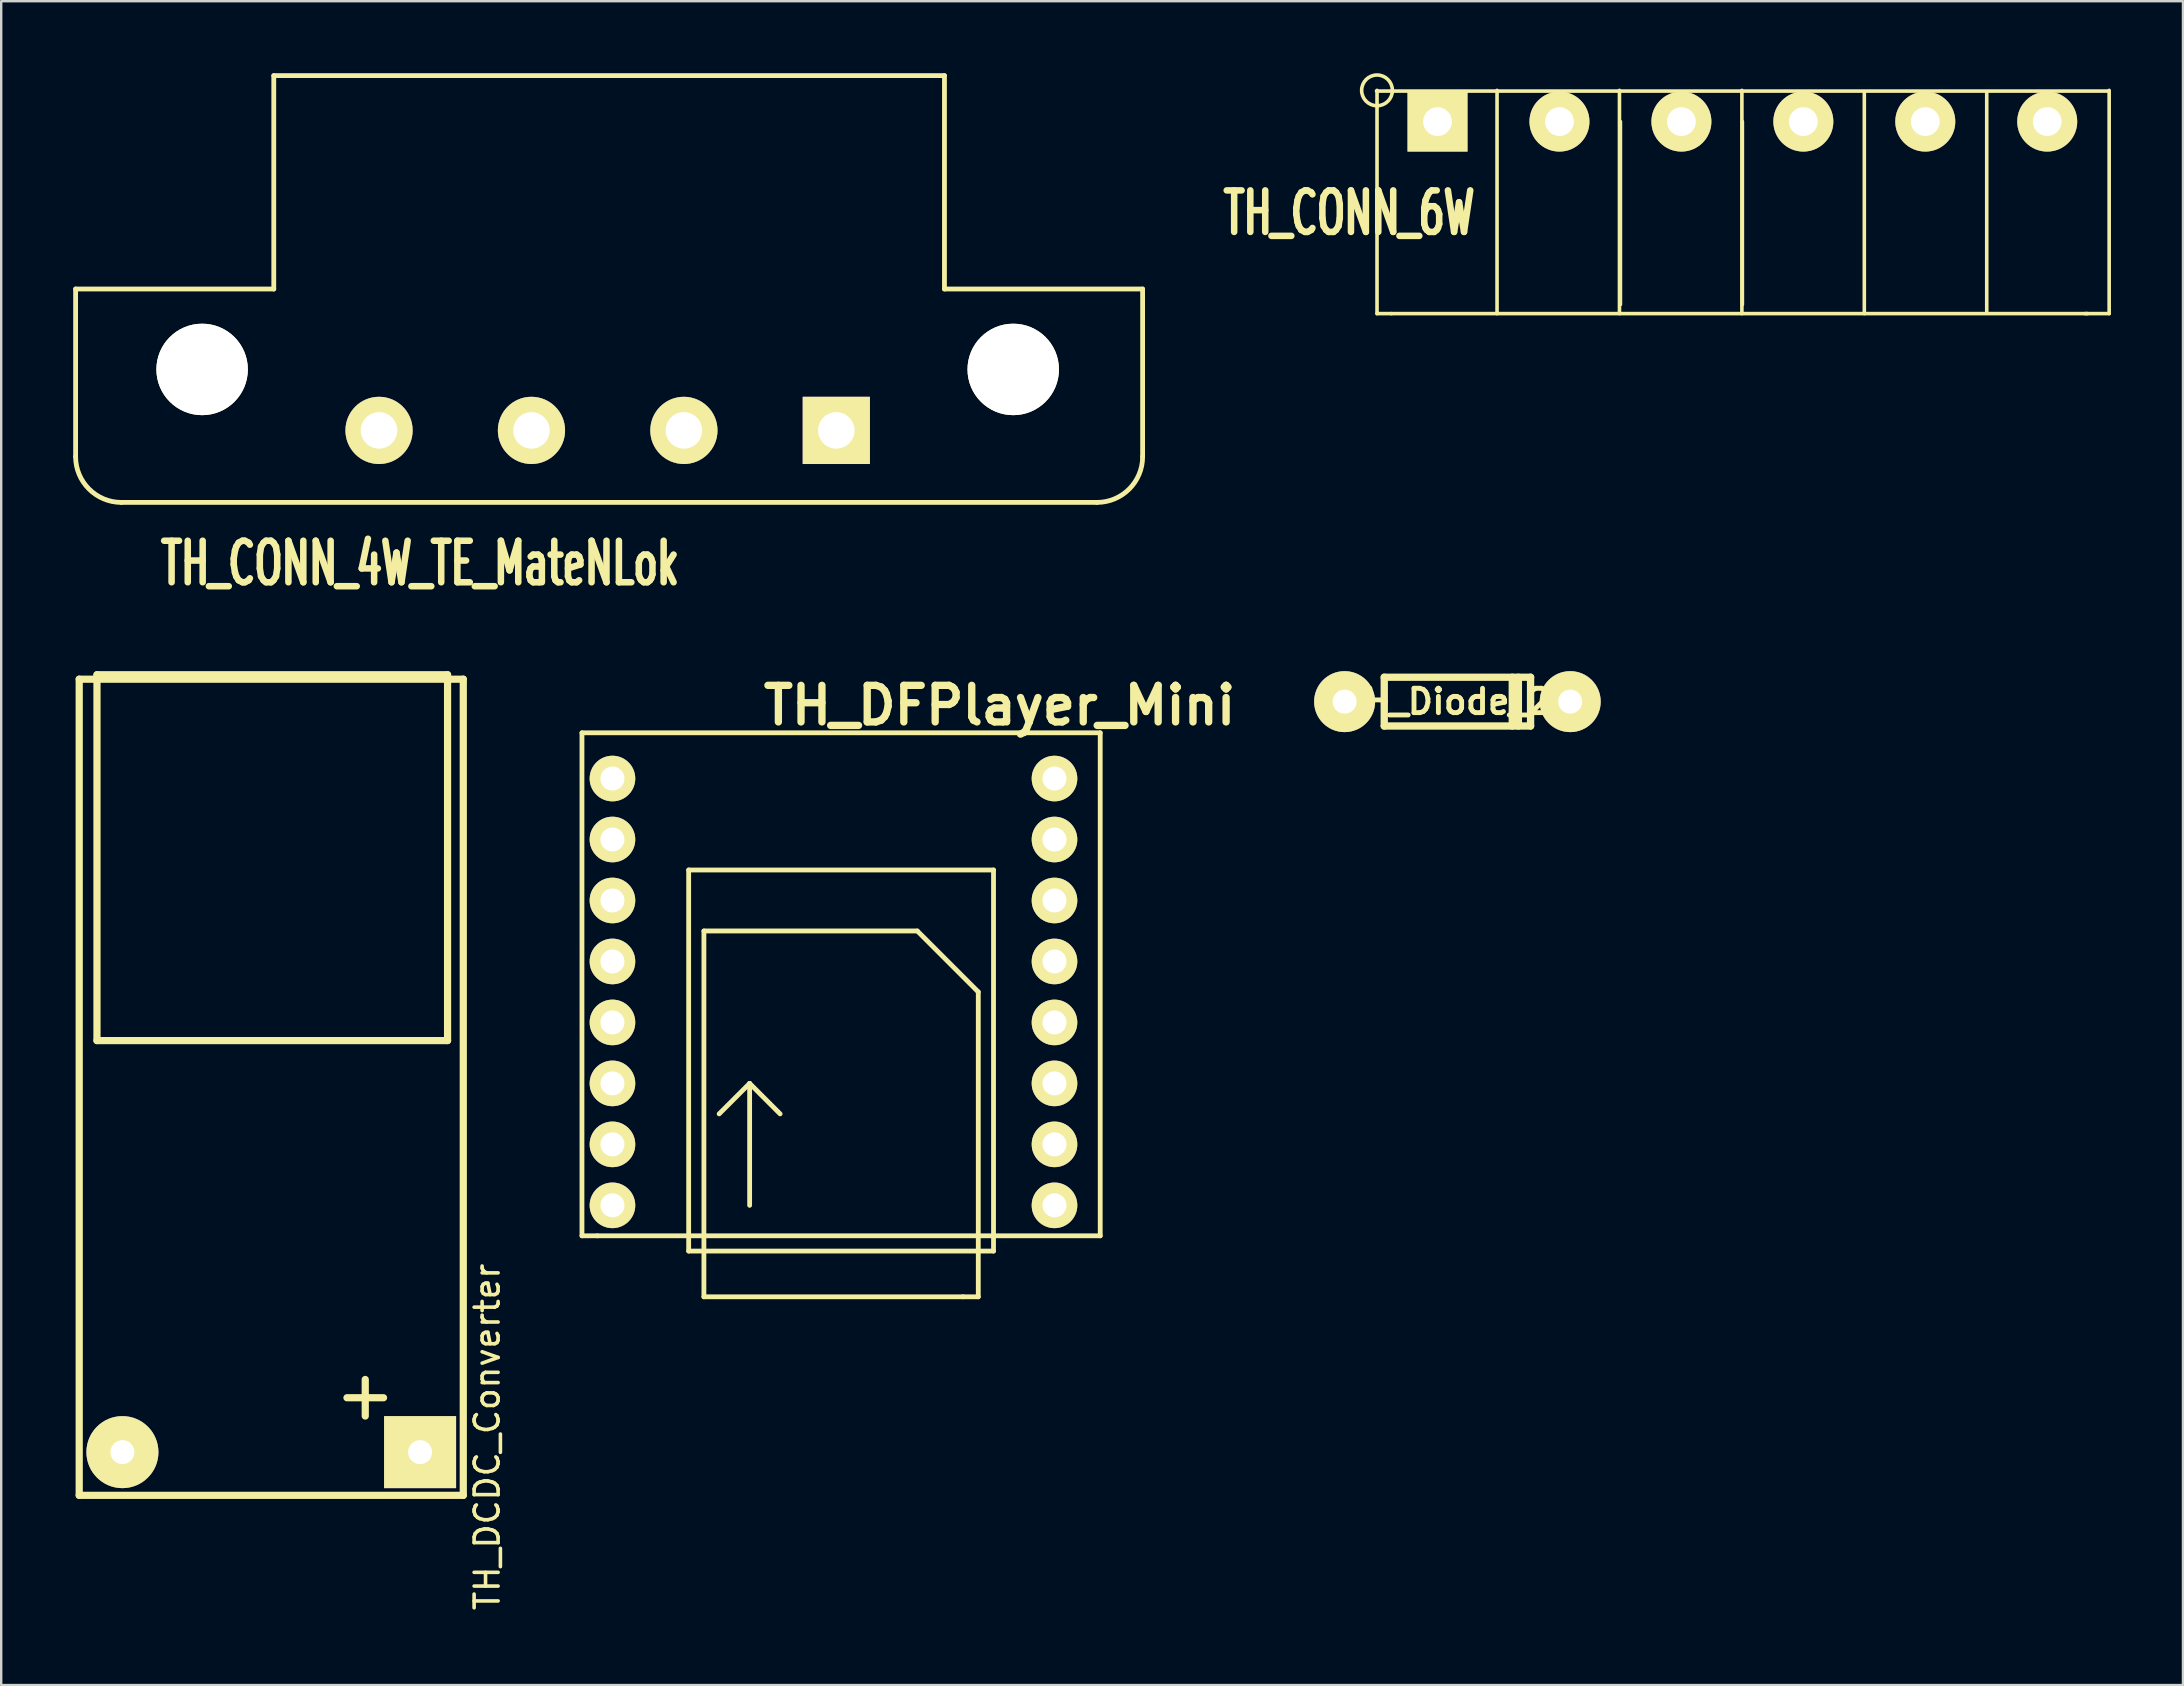
<source format=kicad_pcb>
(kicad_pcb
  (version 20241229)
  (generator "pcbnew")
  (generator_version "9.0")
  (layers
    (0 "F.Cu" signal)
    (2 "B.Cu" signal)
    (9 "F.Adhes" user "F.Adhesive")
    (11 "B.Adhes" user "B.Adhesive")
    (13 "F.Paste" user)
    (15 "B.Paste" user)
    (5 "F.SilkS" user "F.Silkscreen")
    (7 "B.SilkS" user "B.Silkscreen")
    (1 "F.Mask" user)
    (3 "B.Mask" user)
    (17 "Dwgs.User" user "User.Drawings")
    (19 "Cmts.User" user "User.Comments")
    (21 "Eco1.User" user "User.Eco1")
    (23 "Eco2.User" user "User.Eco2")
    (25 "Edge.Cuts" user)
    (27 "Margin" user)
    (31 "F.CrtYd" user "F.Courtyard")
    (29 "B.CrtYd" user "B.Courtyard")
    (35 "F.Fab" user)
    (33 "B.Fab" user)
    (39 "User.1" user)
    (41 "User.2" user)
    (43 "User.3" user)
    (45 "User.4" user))
  (footprint "TH_DCDC_Converter"
    (layer "F.Cu")
    (at 0.25 59.244)
    (property "Reference" "TH_DCDC_Converter" (at 16.996 -2.435 90) (layer "F.SilkS") (effects (font (size 1 1) (thickness 0.15))))
    (attr smd)
    (fp_line (start 0 -34) (end 0 0) (stroke (width 0.3) (type solid)) (layer "F.SilkS"))
    (fp_line (start 0 0) (end 16 0) (stroke (width 0.3) (type solid)) (layer "F.SilkS"))
    (fp_line (start 0.74 -34.185) (end 0.74 -18.945) (stroke (width 0.3) (type solid)) (layer "F.SilkS"))
    (fp_line (start 0.74 -18.945) (end 15.345 -18.945) (stroke (width 0.3) (type solid)) (layer "F.SilkS"))
    (fp_line (start 15.345 -34.185) (end 0.74 -34.185) (stroke (width 0.3) (type solid)) (layer "F.SilkS"))
    (fp_line (start 15.345 -18.945) (end 15.345 -34.185) (stroke (width 0.3) (type solid)) (layer "F.SilkS"))
    (fp_line (start 16 -34) (end 0 -34) (stroke (width 0.3) (type solid)) (layer "F.SilkS"))
    (fp_line (start 16 0) (end 16 -34) (stroke (width 0.3) (type solid)) (layer "F.SilkS"))
    (fp_text user "+" (at 11.916 -4.213 0) (layer "F.SilkS") (effects (font (size 2 2) (thickness 0.3))))
    (pad "1" thru_hole rect (at 14.2 -1.8) (size 3 3) (drill 1) (layers "*.Cu" "*.Mask" "F.SilkS"))
    (pad "2" thru_hole circle (at 1.8 -1.8) (size 3 3) (drill 1) (layers "*.Cu" "*.Mask" "F.SilkS")))
  (footprint "TH_CONN_4W_TE_MateNLok"
    (layer "F.Cu")
    (at 12.74 14.88)
    (property "Reference" "TH_CONN_4W_TE_MateNLok" (at 1.711 5.54 0) (layer "F.SilkS") (effects (font (size 1.73 1.087) (thickness 0.272))))
    (attr through_hole)
    (fp_line (start -12.64 1.095) (end -12.64 -5.89) (stroke (width 0.2) (type solid)) (layer "F.SilkS"))
    (fp_line (start -10.735 3) (end 29.905 3) (stroke (width 0.2) (type solid)) (layer "F.SilkS"))
    (fp_line (start -4.385 -14.78) (end 23.555 -14.78) (stroke (width 0.2) (type solid)) (layer "F.SilkS"))
    (fp_line (start -4.385 -5.89) (end -12.64 -5.89) (stroke (width 0.2) (type solid)) (layer "F.SilkS"))
    (fp_line (start -4.385 -5.89) (end -4.385 -14.78) (stroke (width 0.2) (type solid)) (layer "F.SilkS"))
    (fp_line (start 23.555 -14.78) (end 23.555 -5.89) (stroke (width 0.2) (type solid)) (layer "F.SilkS"))
    (fp_line (start 31.81 -5.89) (end 23.555 -5.89) (stroke (width 0.2) (type solid)) (layer "F.SilkS"))
    (fp_line (start 31.81 1.095) (end 31.81 -5.89) (stroke (width 0.2) (type solid)) (layer "F.SilkS"))
    (fp_arc (start -10.735 3) (mid -12.082038 2.442038) (end -12.64 1.095) (stroke (width 0.2) (type solid)) (layer "F.SilkS"))
    (fp_arc (start 31.81 1.095) (mid 31.252038 2.442038) (end 29.905 3) (stroke (width 0.2) (type solid)) (layer "F.SilkS"))
    (pad "" np_thru_hole circle (at -7.37 -2.54) (size 3.81 3.81) (drill 3.81) (layers "*.Cu" "*.Mask" "F.SilkS"))
    (pad "" np_thru_hole circle (at 26.42 -2.54) (size 3.81 3.81) (drill 3.81) (layers "*.Cu" "*.Mask" "F.SilkS"))
    (pad "1" thru_hole rect (at 19.05 0) (size 2.8 2.8) (drill 1.52) (layers "*.Cu" "*.Mask" "F.SilkS"))
    (pad "2" thru_hole circle (at 12.7 0) (size 2.8 2.8) (drill 1.52) (layers "*.Cu" "*.Mask" "F.SilkS"))
    (pad "3" thru_hole circle (at 6.35 0) (size 2.8 2.8) (drill 1.52) (layers "*.Cu" "*.Mask" "F.SilkS"))
    (pad "4" thru_hole circle (at 0 0) (size 2.8 2.8) (drill 1.52) (layers "*.Cu" "*.Mask" "F.SilkS")))
  (footprint "TH_Diode_2"
    (layer "F.Cu")
    (at 57.283 26.179)
    (property "Reference" "TH_Diode_2" (at 0 0 0) (layer "F.SilkS") (effects (font (size 1.016 1.016) (thickness 0.203))))
    (attr through_hole)
    (fp_line (start -2.667 -1.016) (end -2.667 0) (stroke (width 0.305) (type solid)) (layer "F.SilkS"))
    (fp_line (start -2.667 0) (end -2.667 1.016) (stroke (width 0.305) (type solid)) (layer "F.SilkS"))
    (fp_line (start -2.667 1.016) (end 3.429 1.016) (stroke (width 0.305) (type solid)) (layer "F.SilkS"))
    (fp_line (start 2.667 1.016) (end 2.667 -1.016) (stroke (width 0.305) (type solid)) (layer "F.SilkS"))
    (fp_line (start 2.921 -1.016) (end 2.921 1.016) (stroke (width 0.305) (type solid)) (layer "F.SilkS"))
    (fp_line (start 3.429 -1.016) (end -2.667 -1.016) (stroke (width 0.305) (type solid)) (layer "F.SilkS"))
    (fp_line (start 3.429 0) (end 3.429 -1.016) (stroke (width 0.305) (type solid)) (layer "F.SilkS"))
    (fp_line (start 3.429 1.016) (end 3.429 0) (stroke (width 0.305) (type solid)) (layer "F.SilkS"))
    (pad "1" thru_hole circle (at 5.08 0) (size 2.54 2.54) (drill 1.001) (layers "*.Cu" "*.Mask" "F.SilkS"))
    (pad "2" thru_hole circle (at -4.318 0) (size 2.54 2.54) (drill 1.001) (layers "*.Cu" "*.Mask" "F.SilkS")))
  (footprint "TH_CONN_6W"
    (layer "F.Cu")
    (at 61.915 2.015)
    (property "Reference" "TH_CONN_6W" (at -8.763 3.81 0) (layer "F.SilkS") (effects (font (size 1.73 1.087) (thickness 0.272))))
    (attr through_hole)
    (fp_line (start -7.62 -1.27) (end 22.86 -1.27) (stroke (width 0.15) (type solid)) (layer "F.SilkS"))
    (fp_line (start -7.6 8) (end -7.6 -1.3) (stroke (width 0.15) (type solid)) (layer "F.SilkS"))
    (fp_line (start -7 8) (end -7.6 8) (stroke (width 0.15) (type solid)) (layer "F.SilkS"))
    (fp_line (start -7 8) (end 22 8) (stroke (width 0.15) (type solid)) (layer "F.SilkS"))
    (fp_line (start -2.6 -1.3) (end -2.6 8) (stroke (width 0.15) (type solid)) (layer "F.SilkS"))
    (fp_line (start 2.5 8) (end 2.5 -1.3) (stroke (width 0.15) (type solid)) (layer "F.SilkS"))
    (fp_line (start 2.54 0) (end 2.54 7.62) (stroke (width 0.15) (type solid)) (layer "F.SilkS"))
    (fp_line (start 7.6 -1.3) (end 7.6 8) (stroke (width 0.15) (type solid)) (layer "F.SilkS"))
    (fp_line (start 7.62 0) (end 7.62 7.62) (stroke (width 0.15) (type solid)) (layer "F.SilkS"))
    (fp_line (start 12.7 8) (end 12.7 -1.2) (stroke (width 0.15) (type solid)) (layer "F.SilkS"))
    (fp_line (start 17.8 -1.2) (end 17.8 7.9) (stroke (width 0.15) (type solid)) (layer "F.SilkS"))
    (fp_line (start 21.9 8) (end 22.9 8) (stroke (width 0.15) (type solid)) (layer "F.SilkS"))
    (fp_line (start 22.9 8) (end 22.9 -1.3) (stroke (width 0.15) (type solid)) (layer "F.SilkS"))
    (fp_circle (center -7.6 -1.3) (end -7.2 -0.8) (stroke (width 0.15) (type solid)) (fill no) (layer "F.SilkS"))
    (pad "1" thru_hole rect (at -5.08 0) (size 2.499 2.499) (drill 1.2) (layers "*.Cu" "*.Mask" "F.SilkS"))
    (pad "2" thru_hole circle (at 0 0) (size 2.499 2.499) (drill 1.2) (layers "*.Cu" "*.Mask" "F.SilkS"))
    (pad "3" thru_hole circle (at 5.08 0) (size 2.499 2.499) (drill 1.2) (layers "*.Cu" "*.Mask" "F.SilkS"))
    (pad "4" thru_hole circle (at 10.16 0) (size 2.499 2.499) (drill 1.2) (layers "*.Cu" "*.Mask" "F.SilkS"))
    (pad "5" thru_hole circle (at 15.24 0) (size 2.499 2.499) (drill 1.2) (layers "*.Cu" "*.Mask" "F.SilkS"))
    (pad "6" thru_hole circle (at 20.32 0) (size 2.499 2.499) (drill 1.2) (layers "*.Cu" "*.Mask" "F.SilkS")))
  (footprint "TH_DFPlayer_Mini"
    (layer "F.Cu")
    (at 23.099 29.383)
    (property "Reference" "TH_DFPlayer_Mini" (at 15.494 -3.048 180) (layer "F.SilkS") (effects (font (size 1.524 1.524) (thickness 0.305))))
    (attr through_hole)
    (fp_line (start -1.905 -1.905) (end 19.685 -1.905) (stroke (width 0.2) (type solid)) (layer "F.SilkS"))
    (fp_line (start -1.905 19.05) (end -1.905 -1.905) (stroke (width 0.2) (type solid)) (layer "F.SilkS"))
    (fp_line (start -1.27 19.05) (end -1.905 19.05) (stroke (width 0.2) (type solid)) (layer "F.SilkS"))
    (fp_line (start 2.54 3.81) (end 15.24 3.81) (stroke (width 0.2) (type solid)) (layer "F.SilkS"))
    (fp_line (start 2.54 19.05) (end 2.54 3.81) (stroke (width 0.2) (type solid)) (layer "F.SilkS"))
    (fp_line (start 2.54 19.685) (end 2.54 19.05) (stroke (width 0.2) (type solid)) (layer "F.SilkS"))
    (fp_line (start 3.175 6.35) (end 12.065 6.35) (stroke (width 0.2) (type solid)) (layer "F.SilkS"))
    (fp_line (start 3.175 19.685) (end 3.175 6.35) (stroke (width 0.2) (type solid)) (layer "F.SilkS"))
    (fp_line (start 3.175 19.685) (end 3.175 21.59) (stroke (width 0.2) (type solid)) (layer "F.SilkS"))
    (fp_line (start 3.175 21.59) (end 13.97 21.59) (stroke (width 0.2) (type solid)) (layer "F.SilkS"))
    (fp_line (start 3.81 13.97) (end 5.08 12.7) (stroke (width 0.2) (type solid)) (layer "F.SilkS"))
    (fp_line (start 5.08 12.7) (end 6.35 13.97) (stroke (width 0.2) (type solid)) (layer "F.SilkS"))
    (fp_line (start 5.08 17.78) (end 5.08 12.7) (stroke (width 0.2) (type solid)) (layer "F.SilkS"))
    (fp_line (start 12.065 6.35) (end 14.605 8.89) (stroke (width 0.2) (type solid)) (layer "F.SilkS"))
    (fp_line (start 13.97 21.59) (end 14.605 21.59) (stroke (width 0.2) (type solid)) (layer "F.SilkS"))
    (fp_line (start 14.605 8.89) (end 14.605 19.685) (stroke (width 0.2) (type solid)) (layer "F.SilkS"))
    (fp_line (start 14.605 21.59) (end 14.605 19.685) (stroke (width 0.2) (type solid)) (layer "F.SilkS"))
    (fp_line (start 15.24 3.81) (end 15.24 19.685) (stroke (width 0.2) (type solid)) (layer "F.SilkS"))
    (fp_line (start 15.24 19.685) (end 2.54 19.685) (stroke (width 0.2) (type solid)) (layer "F.SilkS"))
    (fp_line (start 19.685 -1.905) (end 19.685 19.05) (stroke (width 0.2) (type solid)) (layer "F.SilkS"))
    (fp_line (start 19.685 19.05) (end -1.27 19.05) (stroke (width 0.2) (type solid)) (layer "F.SilkS"))
    (pad "1" thru_hole circle (at -0.635 0) (size 1.9 1.9) (drill 1) (layers "*.Cu" "*.Mask" "F.SilkS"))
    (pad "2" thru_hole circle (at -0.635 2.54) (size 1.9 1.9) (drill 1) (layers "*.Cu" "*.Mask" "F.SilkS"))
    (pad "3" thru_hole circle (at -0.635 5.08) (size 1.9 1.9) (drill 1) (layers "*.Cu" "*.Mask" "F.SilkS"))
    (pad "4" thru_hole circle (at -0.635 7.62) (size 1.9 1.9) (drill 1) (layers "*.Cu" "*.Mask" "F.SilkS"))
    (pad "5" thru_hole circle (at -0.635 10.16) (size 1.9 1.9) (drill 1) (layers "*.Cu" "*.Mask" "F.SilkS"))
    (pad "6" thru_hole circle (at -0.635 12.7) (size 1.9 1.9) (drill 1) (layers "*.Cu" "*.Mask" "F.SilkS"))
    (pad "7" thru_hole circle (at -0.635 15.24) (size 1.9 1.9) (drill 1) (layers "*.Cu" "*.Mask" "F.SilkS"))
    (pad "8" thru_hole circle (at -0.635 17.78) (size 1.9 1.9) (drill 1) (layers "*.Cu" "*.Mask" "F.SilkS"))
    (pad "9" thru_hole circle (at 17.78 17.78) (size 1.9 1.9) (drill 1) (layers "*.Cu" "*.Mask" "F.SilkS"))
    (pad "10" thru_hole circle (at 17.78 15.24) (size 1.9 1.9) (drill 1) (layers "*.Cu" "*.Mask" "F.SilkS"))
    (pad "11" thru_hole circle (at 17.78 12.7) (size 1.9 1.9) (drill 1) (layers "*.Cu" "*.Mask" "F.SilkS"))
    (pad "12" thru_hole circle (at 17.78 10.16) (size 1.9 1.9) (drill 1) (layers "*.Cu" "*.Mask" "F.SilkS"))
    (pad "13" thru_hole circle (at 17.78 7.62) (size 1.9 1.9) (drill 1) (layers "*.Cu" "*.Mask" "F.SilkS"))
    (pad "14" thru_hole circle (at 17.78 5.08) (size 1.9 1.9) (drill 1) (layers "*.Cu" "*.Mask" "F.SilkS"))
    (pad "15" thru_hole circle (at 17.78 2.54) (size 1.9 1.9) (drill 1) (layers "*.Cu" "*.Mask" "F.SilkS"))
    (pad "16" thru_hole circle (at 17.78 0) (size 1.9 1.9) (drill 1) (layers "*.Cu" "*.Mask" "F.SilkS")))
  (gr_rect
    (start -3 -3)
    (end 87.89 67.148)
    (stroke (width 0.1) (type default))
    (fill no)
    (layer "Edge.Cuts")))
</source>
